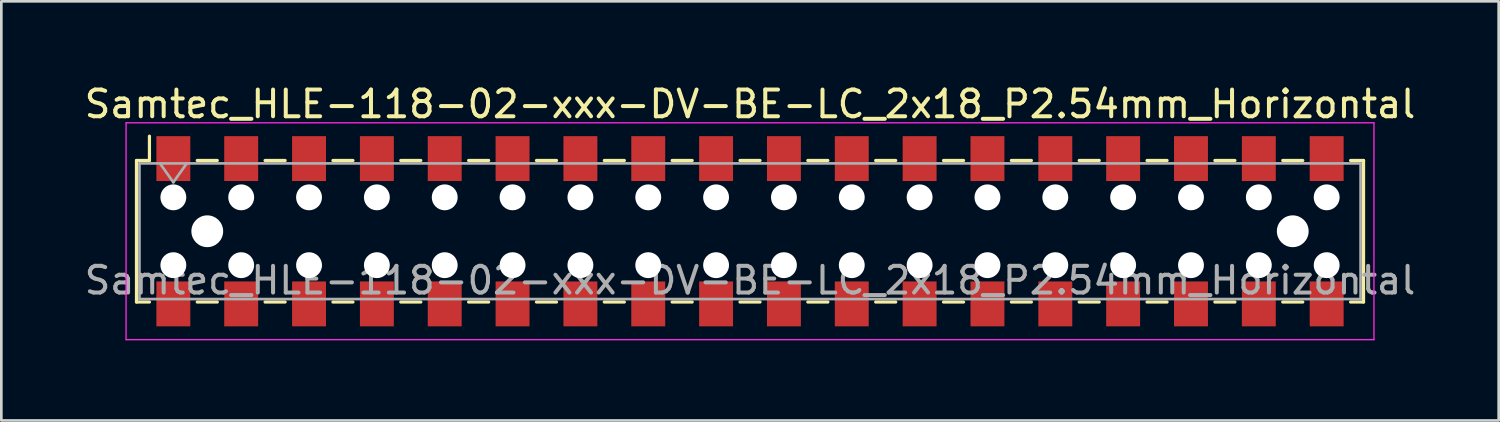
<source format=kicad_pcb>
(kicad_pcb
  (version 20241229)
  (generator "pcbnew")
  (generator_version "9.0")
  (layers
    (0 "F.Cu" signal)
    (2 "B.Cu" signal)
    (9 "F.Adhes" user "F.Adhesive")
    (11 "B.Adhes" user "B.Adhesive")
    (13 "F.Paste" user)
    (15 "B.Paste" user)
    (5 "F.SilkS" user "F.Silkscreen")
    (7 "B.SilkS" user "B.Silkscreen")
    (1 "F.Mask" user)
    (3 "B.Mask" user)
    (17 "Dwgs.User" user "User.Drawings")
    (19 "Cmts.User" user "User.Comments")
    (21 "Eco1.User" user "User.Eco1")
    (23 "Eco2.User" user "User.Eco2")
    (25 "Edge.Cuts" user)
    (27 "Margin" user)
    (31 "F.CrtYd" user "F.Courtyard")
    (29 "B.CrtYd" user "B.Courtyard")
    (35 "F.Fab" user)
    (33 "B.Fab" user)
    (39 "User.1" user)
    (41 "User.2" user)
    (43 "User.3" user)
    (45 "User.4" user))
  (footprint "Samtec_HLE-118-02-xxx-DV-BE-LC_2x18_P2.54mm_Horizontal"
    (layer "F.Cu")
    (at 25.03 5.608)
    (property "Reference" "Samtec_HLE-118-02-xxx-DV-BE-LC_2x18_P2.54mm_Horizontal" (at 0 -4.76 0) (layer "F.SilkS") (effects (font (size 1 1) (thickness 0.15))))
    (attr smd)
    (fp_line (start -22.97 -2.65) (end -22.97 2.65) (stroke (width 0.12) (type solid)) (layer "F.SilkS"))
    (fp_line (start -22.97 2.65) (end -22.485 2.65) (stroke (width 0.12) (type solid)) (layer "F.SilkS"))
    (fp_line (start -22.485 -3.56) (end -22.485 -2.65) (stroke (width 0.12) (type solid)) (layer "F.SilkS"))
    (fp_line (start -22.485 -2.65) (end -22.97 -2.65) (stroke (width 0.12) (type solid)) (layer "F.SilkS"))
    (fp_line (start -20.695 -2.65) (end -19.945 -2.65) (stroke (width 0.12) (type solid)) (layer "F.SilkS"))
    (fp_line (start -20.695 2.65) (end -19.945 2.65) (stroke (width 0.12) (type solid)) (layer "F.SilkS"))
    (fp_line (start -18.155 -2.65) (end -17.405 -2.65) (stroke (width 0.12) (type solid)) (layer "F.SilkS"))
    (fp_line (start -18.155 2.65) (end -17.405 2.65) (stroke (width 0.12) (type solid)) (layer "F.SilkS"))
    (fp_line (start -15.615 -2.65) (end -14.865 -2.65) (stroke (width 0.12) (type solid)) (layer "F.SilkS"))
    (fp_line (start -15.615 2.65) (end -14.865 2.65) (stroke (width 0.12) (type solid)) (layer "F.SilkS"))
    (fp_line (start -13.075 -2.65) (end -12.325 -2.65) (stroke (width 0.12) (type solid)) (layer "F.SilkS"))
    (fp_line (start -13.075 2.65) (end -12.325 2.65) (stroke (width 0.12) (type solid)) (layer "F.SilkS"))
    (fp_line (start -10.535 -2.65) (end -9.785 -2.65) (stroke (width 0.12) (type solid)) (layer "F.SilkS"))
    (fp_line (start -10.535 2.65) (end -9.785 2.65) (stroke (width 0.12) (type solid)) (layer "F.SilkS"))
    (fp_line (start -7.995 -2.65) (end -7.245 -2.65) (stroke (width 0.12) (type solid)) (layer "F.SilkS"))
    (fp_line (start -7.995 2.65) (end -7.245 2.65) (stroke (width 0.12) (type solid)) (layer "F.SilkS"))
    (fp_line (start -5.455 -2.65) (end -4.705 -2.65) (stroke (width 0.12) (type solid)) (layer "F.SilkS"))
    (fp_line (start -5.455 2.65) (end -4.705 2.65) (stroke (width 0.12) (type solid)) (layer "F.SilkS"))
    (fp_line (start -2.915 -2.65) (end -2.165 -2.65) (stroke (width 0.12) (type solid)) (layer "F.SilkS"))
    (fp_line (start -2.915 2.65) (end -2.165 2.65) (stroke (width 0.12) (type solid)) (layer "F.SilkS"))
    (fp_line (start -0.375 -2.65) (end 0.375 -2.65) (stroke (width 0.12) (type solid)) (layer "F.SilkS"))
    (fp_line (start -0.375 2.65) (end 0.375 2.65) (stroke (width 0.12) (type solid)) (layer "F.SilkS"))
    (fp_line (start 2.165 -2.65) (end 2.915 -2.65) (stroke (width 0.12) (type solid)) (layer "F.SilkS"))
    (fp_line (start 2.165 2.65) (end 2.915 2.65) (stroke (width 0.12) (type solid)) (layer "F.SilkS"))
    (fp_line (start 4.705 -2.65) (end 5.455 -2.65) (stroke (width 0.12) (type solid)) (layer "F.SilkS"))
    (fp_line (start 4.705 2.65) (end 5.455 2.65) (stroke (width 0.12) (type solid)) (layer "F.SilkS"))
    (fp_line (start 7.245 -2.65) (end 7.995 -2.65) (stroke (width 0.12) (type solid)) (layer "F.SilkS"))
    (fp_line (start 7.245 2.65) (end 7.995 2.65) (stroke (width 0.12) (type solid)) (layer "F.SilkS"))
    (fp_line (start 9.785 -2.65) (end 10.535 -2.65) (stroke (width 0.12) (type solid)) (layer "F.SilkS"))
    (fp_line (start 9.785 2.65) (end 10.535 2.65) (stroke (width 0.12) (type solid)) (layer "F.SilkS"))
    (fp_line (start 12.325 -2.65) (end 13.075 -2.65) (stroke (width 0.12) (type solid)) (layer "F.SilkS"))
    (fp_line (start 12.325 2.65) (end 13.075 2.65) (stroke (width 0.12) (type solid)) (layer "F.SilkS"))
    (fp_line (start 14.865 -2.65) (end 15.615 -2.65) (stroke (width 0.12) (type solid)) (layer "F.SilkS"))
    (fp_line (start 14.865 2.65) (end 15.615 2.65) (stroke (width 0.12) (type solid)) (layer "F.SilkS"))
    (fp_line (start 17.405 -2.65) (end 18.155 -2.65) (stroke (width 0.12) (type solid)) (layer "F.SilkS"))
    (fp_line (start 17.405 2.65) (end 18.155 2.65) (stroke (width 0.12) (type solid)) (layer "F.SilkS"))
    (fp_line (start 19.945 -2.65) (end 20.695 -2.65) (stroke (width 0.12) (type solid)) (layer "F.SilkS"))
    (fp_line (start 19.945 2.65) (end 20.695 2.65) (stroke (width 0.12) (type solid)) (layer "F.SilkS"))
    (fp_line (start 22.485 -2.65) (end 22.97 -2.65) (stroke (width 0.12) (type solid)) (layer "F.SilkS"))
    (fp_line (start 22.97 -2.65) (end 22.97 2.65) (stroke (width 0.12) (type solid)) (layer "F.SilkS"))
    (fp_line (start 22.97 2.65) (end 22.485 2.65) (stroke (width 0.12) (type solid)) (layer "F.SilkS"))
    (fp_line (start -23.36 -4.06) (end 23.36 -4.06) (stroke (width 0.05) (type solid)) (layer "F.CrtYd"))
    (fp_line (start -23.36 4.06) (end -23.36 -4.06) (stroke (width 0.05) (type solid)) (layer "F.CrtYd"))
    (fp_line (start 23.36 -4.06) (end 23.36 4.06) (stroke (width 0.05) (type solid)) (layer "F.CrtYd"))
    (fp_line (start 23.36 4.06) (end -23.36 4.06) (stroke (width 0.05) (type solid)) (layer "F.CrtYd"))
    (fp_line (start -22.86 -2.54) (end 22.86 -2.54) (stroke (width 0.1) (type solid)) (layer "F.Fab"))
    (fp_line (start -22.86 2.54) (end -22.86 -2.54) (stroke (width 0.1) (type solid)) (layer "F.Fab"))
    (fp_line (start -22.09 -2.54) (end -21.59 -1.833) (stroke (width 0.1) (type solid)) (layer "F.Fab"))
    (fp_line (start -21.59 -1.833) (end -21.09 -2.54) (stroke (width 0.1) (type solid)) (layer "F.Fab"))
    (fp_line (start 22.86 -2.54) (end 22.86 2.54) (stroke (width 0.1) (type solid)) (layer "F.Fab"))
    (fp_line (start 22.86 2.54) (end -22.86 2.54) (stroke (width 0.1) (type solid)) (layer "F.Fab"))
    (fp_text user "${REFERENCE}" (at 0 1.84 0) (layer "F.Fab") (effects (font (size 1 1) (thickness 0.15))))
    (pad "" np_thru_hole circle (at -21.59 -1.27) (size 0.97 0.97) (drill 0.97) (layers "*.Cu" "*.Mask"))
    (pad "" np_thru_hole circle (at -21.59 1.27) (size 0.97 0.97) (drill 0.97) (layers "*.Cu" "*.Mask"))
    (pad "" np_thru_hole circle (at -20.32 0) (size 1.19 1.19) (drill 1.19) (layers "*.Cu" "*.Mask"))
    (pad "" np_thru_hole circle (at -19.05 -1.27) (size 0.97 0.97) (drill 0.97) (layers "*.Cu" "*.Mask"))
    (pad "" np_thru_hole circle (at -19.05 1.27) (size 0.97 0.97) (drill 0.97) (layers "*.Cu" "*.Mask"))
    (pad "" np_thru_hole circle (at -16.51 -1.27) (size 0.97 0.97) (drill 0.97) (layers "*.Cu" "*.Mask"))
    (pad "" np_thru_hole circle (at -16.51 1.27) (size 0.97 0.97) (drill 0.97) (layers "*.Cu" "*.Mask"))
    (pad "" np_thru_hole circle (at -13.97 -1.27) (size 0.97 0.97) (drill 0.97) (layers "*.Cu" "*.Mask"))
    (pad "" np_thru_hole circle (at -13.97 1.27) (size 0.97 0.97) (drill 0.97) (layers "*.Cu" "*.Mask"))
    (pad "" np_thru_hole circle (at -11.43 -1.27) (size 0.97 0.97) (drill 0.97) (layers "*.Cu" "*.Mask"))
    (pad "" np_thru_hole circle (at -11.43 1.27) (size 0.97 0.97) (drill 0.97) (layers "*.Cu" "*.Mask"))
    (pad "" np_thru_hole circle (at -8.89 -1.27) (size 0.97 0.97) (drill 0.97) (layers "*.Cu" "*.Mask"))
    (pad "" np_thru_hole circle (at -8.89 1.27) (size 0.97 0.97) (drill 0.97) (layers "*.Cu" "*.Mask"))
    (pad "" np_thru_hole circle (at -6.35 -1.27) (size 0.97 0.97) (drill 0.97) (layers "*.Cu" "*.Mask"))
    (pad "" np_thru_hole circle (at -6.35 1.27) (size 0.97 0.97) (drill 0.97) (layers "*.Cu" "*.Mask"))
    (pad "" np_thru_hole circle (at -3.81 -1.27) (size 0.97 0.97) (drill 0.97) (layers "*.Cu" "*.Mask"))
    (pad "" np_thru_hole circle (at -3.81 1.27) (size 0.97 0.97) (drill 0.97) (layers "*.Cu" "*.Mask"))
    (pad "" np_thru_hole circle (at -1.27 -1.27) (size 0.97 0.97) (drill 0.97) (layers "*.Cu" "*.Mask"))
    (pad "" np_thru_hole circle (at -1.27 1.27) (size 0.97 0.97) (drill 0.97) (layers "*.Cu" "*.Mask"))
    (pad "" np_thru_hole circle (at 1.27 -1.27) (size 0.97 0.97) (drill 0.97) (layers "*.Cu" "*.Mask"))
    (pad "" np_thru_hole circle (at 1.27 1.27) (size 0.97 0.97) (drill 0.97) (layers "*.Cu" "*.Mask"))
    (pad "" np_thru_hole circle (at 3.81 -1.27) (size 0.97 0.97) (drill 0.97) (layers "*.Cu" "*.Mask"))
    (pad "" np_thru_hole circle (at 3.81 1.27) (size 0.97 0.97) (drill 0.97) (layers "*.Cu" "*.Mask"))
    (pad "" np_thru_hole circle (at 6.35 -1.27) (size 0.97 0.97) (drill 0.97) (layers "*.Cu" "*.Mask"))
    (pad "" np_thru_hole circle (at 6.35 1.27) (size 0.97 0.97) (drill 0.97) (layers "*.Cu" "*.Mask"))
    (pad "" np_thru_hole circle (at 8.89 -1.27) (size 0.97 0.97) (drill 0.97) (layers "*.Cu" "*.Mask"))
    (pad "" np_thru_hole circle (at 8.89 1.27) (size 0.97 0.97) (drill 0.97) (layers "*.Cu" "*.Mask"))
    (pad "" np_thru_hole circle (at 11.43 -1.27) (size 0.97 0.97) (drill 0.97) (layers "*.Cu" "*.Mask"))
    (pad "" np_thru_hole circle (at 11.43 1.27) (size 0.97 0.97) (drill 0.97) (layers "*.Cu" "*.Mask"))
    (pad "" np_thru_hole circle (at 13.97 -1.27) (size 0.97 0.97) (drill 0.97) (layers "*.Cu" "*.Mask"))
    (pad "" np_thru_hole circle (at 13.97 1.27) (size 0.97 0.97) (drill 0.97) (layers "*.Cu" "*.Mask"))
    (pad "" np_thru_hole circle (at 16.51 -1.27) (size 0.97 0.97) (drill 0.97) (layers "*.Cu" "*.Mask"))
    (pad "" np_thru_hole circle (at 16.51 1.27) (size 0.97 0.97) (drill 0.97) (layers "*.Cu" "*.Mask"))
    (pad "" np_thru_hole circle (at 19.05 -1.27) (size 0.97 0.97) (drill 0.97) (layers "*.Cu" "*.Mask"))
    (pad "" np_thru_hole circle (at 19.05 1.27) (size 0.97 0.97) (drill 0.97) (layers "*.Cu" "*.Mask"))
    (pad "" np_thru_hole circle (at 20.32 0) (size 1.19 1.19) (drill 1.19) (layers "*.Cu" "*.Mask"))
    (pad "" np_thru_hole circle (at 21.59 -1.27) (size 0.97 0.97) (drill 0.97) (layers "*.Cu" "*.Mask"))
    (pad "" np_thru_hole circle (at 21.59 1.27) (size 0.97 0.97) (drill 0.97) (layers "*.Cu" "*.Mask"))
    (pad "1" smd rect (at -21.59 -2.72) (size 1.27 1.68) (layers "F.Cu" "F.Mask" "F.Paste"))
    (pad "2" smd rect (at -21.59 2.72) (size 1.27 1.68) (layers "F.Cu" "F.Mask" "F.Paste"))
    (pad "3" smd rect (at -19.05 -2.72) (size 1.27 1.68) (layers "F.Cu" "F.Mask" "F.Paste"))
    (pad "4" smd rect (at -19.05 2.72) (size 1.27 1.68) (layers "F.Cu" "F.Mask" "F.Paste"))
    (pad "5" smd rect (at -16.51 -2.72) (size 1.27 1.68) (layers "F.Cu" "F.Mask" "F.Paste"))
    (pad "6" smd rect (at -16.51 2.72) (size 1.27 1.68) (layers "F.Cu" "F.Mask" "F.Paste"))
    (pad "7" smd rect (at -13.97 -2.72) (size 1.27 1.68) (layers "F.Cu" "F.Mask" "F.Paste"))
    (pad "8" smd rect (at -13.97 2.72) (size 1.27 1.68) (layers "F.Cu" "F.Mask" "F.Paste"))
    (pad "9" smd rect (at -11.43 -2.72) (size 1.27 1.68) (layers "F.Cu" "F.Mask" "F.Paste"))
    (pad "10" smd rect (at -11.43 2.72) (size 1.27 1.68) (layers "F.Cu" "F.Mask" "F.Paste"))
    (pad "11" smd rect (at -8.89 -2.72) (size 1.27 1.68) (layers "F.Cu" "F.Mask" "F.Paste"))
    (pad "12" smd rect (at -8.89 2.72) (size 1.27 1.68) (layers "F.Cu" "F.Mask" "F.Paste"))
    (pad "13" smd rect (at -6.35 -2.72) (size 1.27 1.68) (layers "F.Cu" "F.Mask" "F.Paste"))
    (pad "14" smd rect (at -6.35 2.72) (size 1.27 1.68) (layers "F.Cu" "F.Mask" "F.Paste"))
    (pad "15" smd rect (at -3.81 -2.72) (size 1.27 1.68) (layers "F.Cu" "F.Mask" "F.Paste"))
    (pad "16" smd rect (at -3.81 2.72) (size 1.27 1.68) (layers "F.Cu" "F.Mask" "F.Paste"))
    (pad "17" smd rect (at -1.27 -2.72) (size 1.27 1.68) (layers "F.Cu" "F.Mask" "F.Paste"))
    (pad "18" smd rect (at -1.27 2.72) (size 1.27 1.68) (layers "F.Cu" "F.Mask" "F.Paste"))
    (pad "19" smd rect (at 1.27 -2.72) (size 1.27 1.68) (layers "F.Cu" "F.Mask" "F.Paste"))
    (pad "20" smd rect (at 1.27 2.72) (size 1.27 1.68) (layers "F.Cu" "F.Mask" "F.Paste"))
    (pad "21" smd rect (at 3.81 -2.72) (size 1.27 1.68) (layers "F.Cu" "F.Mask" "F.Paste"))
    (pad "22" smd rect (at 3.81 2.72) (size 1.27 1.68) (layers "F.Cu" "F.Mask" "F.Paste"))
    (pad "23" smd rect (at 6.35 -2.72) (size 1.27 1.68) (layers "F.Cu" "F.Mask" "F.Paste"))
    (pad "24" smd rect (at 6.35 2.72) (size 1.27 1.68) (layers "F.Cu" "F.Mask" "F.Paste"))
    (pad "25" smd rect (at 8.89 -2.72) (size 1.27 1.68) (layers "F.Cu" "F.Mask" "F.Paste"))
    (pad "26" smd rect (at 8.89 2.72) (size 1.27 1.68) (layers "F.Cu" "F.Mask" "F.Paste"))
    (pad "27" smd rect (at 11.43 -2.72) (size 1.27 1.68) (layers "F.Cu" "F.Mask" "F.Paste"))
    (pad "28" smd rect (at 11.43 2.72) (size 1.27 1.68) (layers "F.Cu" "F.Mask" "F.Paste"))
    (pad "29" smd rect (at 13.97 -2.72) (size 1.27 1.68) (layers "F.Cu" "F.Mask" "F.Paste"))
    (pad "30" smd rect (at 13.97 2.72) (size 1.27 1.68) (layers "F.Cu" "F.Mask" "F.Paste"))
    (pad "31" smd rect (at 16.51 -2.72) (size 1.27 1.68) (layers "F.Cu" "F.Mask" "F.Paste"))
    (pad "32" smd rect (at 16.51 2.72) (size 1.27 1.68) (layers "F.Cu" "F.Mask" "F.Paste"))
    (pad "33" smd rect (at 19.05 -2.72) (size 1.27 1.68) (layers "F.Cu" "F.Mask" "F.Paste"))
    (pad "34" smd rect (at 19.05 2.72) (size 1.27 1.68) (layers "F.Cu" "F.Mask" "F.Paste"))
    (pad "35" smd rect (at 21.59 -2.72) (size 1.27 1.68) (layers "F.Cu" "F.Mask" "F.Paste"))
    (pad "36" smd rect (at 21.59 2.72) (size 1.27 1.68) (layers "F.Cu" "F.Mask" "F.Paste")))
  (gr_rect
    (start -3 -3)
    (end 53.06 12.693)
    (stroke (width 0.1) (type default))
    (fill no)
    (layer "Edge.Cuts")))
</source>
